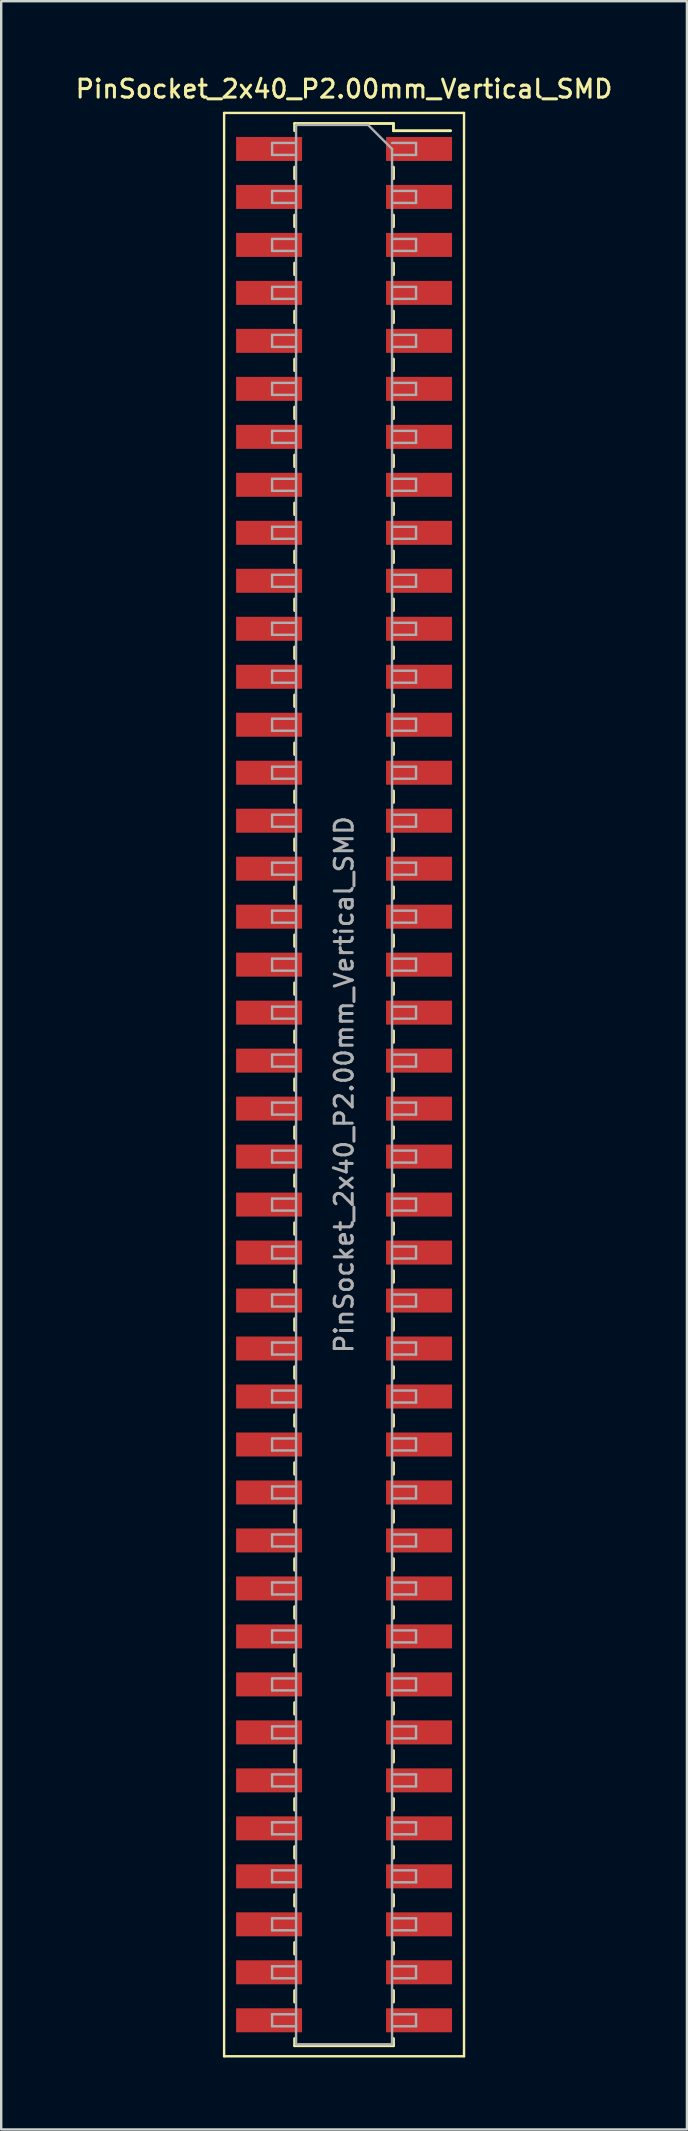
<source format=kicad_pcb>
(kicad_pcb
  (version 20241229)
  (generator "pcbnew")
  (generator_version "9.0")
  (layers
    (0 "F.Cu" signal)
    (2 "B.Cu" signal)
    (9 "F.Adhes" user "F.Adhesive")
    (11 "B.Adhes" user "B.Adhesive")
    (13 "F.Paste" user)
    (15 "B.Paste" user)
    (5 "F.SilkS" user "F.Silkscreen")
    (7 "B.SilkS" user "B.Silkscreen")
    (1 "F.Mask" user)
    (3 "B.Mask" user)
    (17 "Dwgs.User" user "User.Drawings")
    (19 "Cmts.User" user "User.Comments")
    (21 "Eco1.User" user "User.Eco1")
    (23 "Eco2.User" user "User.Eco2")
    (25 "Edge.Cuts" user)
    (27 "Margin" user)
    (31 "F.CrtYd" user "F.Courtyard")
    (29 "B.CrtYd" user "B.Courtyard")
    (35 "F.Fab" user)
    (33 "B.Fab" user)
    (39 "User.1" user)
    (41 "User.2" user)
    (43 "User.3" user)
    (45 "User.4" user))
  (footprint "PinSocket_2x40_P2.00mm_Vertical_SMD"
    (layer "F.Cu")
    (at 11.291 42.158)
    (property "Reference" "PinSocket_2x40_P2.00mm_Vertical_SMD" (at 0 -41.5 0) (layer "F.SilkS") (effects (font (size 0.75 0.75) (thickness 0.125))))
    (attr smd)
    (fp_line (start -5 -40.5) (end 5 -40.5) (stroke (width 0.1) (type solid)) (layer "F.SilkS"))
    (fp_line (start -5 40.5) (end -5 -40.5) (stroke (width 0.1) (type solid)) (layer "F.SilkS"))
    (fp_line (start -2.06 -40.06) (end -2.06 -39.76) (stroke (width 0.12) (type solid)) (layer "F.SilkS"))
    (fp_line (start -2.06 -40.06) (end 2.06 -40.06) (stroke (width 0.12) (type solid)) (layer "F.SilkS"))
    (fp_line (start -2.06 -38.24) (end -2.06 -37.76) (stroke (width 0.12) (type solid)) (layer "F.SilkS"))
    (fp_line (start -2.06 -36.24) (end -2.06 -35.76) (stroke (width 0.12) (type solid)) (layer "F.SilkS"))
    (fp_line (start -2.06 -34.24) (end -2.06 -33.76) (stroke (width 0.12) (type solid)) (layer "F.SilkS"))
    (fp_line (start -2.06 -32.24) (end -2.06 -31.76) (stroke (width 0.12) (type solid)) (layer "F.SilkS"))
    (fp_line (start -2.06 -30.24) (end -2.06 -29.76) (stroke (width 0.12) (type solid)) (layer "F.SilkS"))
    (fp_line (start -2.06 -28.24) (end -2.06 -27.76) (stroke (width 0.12) (type solid)) (layer "F.SilkS"))
    (fp_line (start -2.06 -26.24) (end -2.06 -25.76) (stroke (width 0.12) (type solid)) (layer "F.SilkS"))
    (fp_line (start -2.06 -24.24) (end -2.06 -23.76) (stroke (width 0.12) (type solid)) (layer "F.SilkS"))
    (fp_line (start -2.06 -22.24) (end -2.06 -21.76) (stroke (width 0.12) (type solid)) (layer "F.SilkS"))
    (fp_line (start -2.06 -20.24) (end -2.06 -19.76) (stroke (width 0.12) (type solid)) (layer "F.SilkS"))
    (fp_line (start -2.06 -18.24) (end -2.06 -17.76) (stroke (width 0.12) (type solid)) (layer "F.SilkS"))
    (fp_line (start -2.06 -16.24) (end -2.06 -15.76) (stroke (width 0.12) (type solid)) (layer "F.SilkS"))
    (fp_line (start -2.06 -14.24) (end -2.06 -13.76) (stroke (width 0.12) (type solid)) (layer "F.SilkS"))
    (fp_line (start -2.06 -12.24) (end -2.06 -11.76) (stroke (width 0.12) (type solid)) (layer "F.SilkS"))
    (fp_line (start -2.06 -10.24) (end -2.06 -9.76) (stroke (width 0.12) (type solid)) (layer "F.SilkS"))
    (fp_line (start -2.06 -8.24) (end -2.06 -7.76) (stroke (width 0.12) (type solid)) (layer "F.SilkS"))
    (fp_line (start -2.06 -6.24) (end -2.06 -5.76) (stroke (width 0.12) (type solid)) (layer "F.SilkS"))
    (fp_line (start -2.06 -4.24) (end -2.06 -3.76) (stroke (width 0.12) (type solid)) (layer "F.SilkS"))
    (fp_line (start -2.06 -2.24) (end -2.06 -1.76) (stroke (width 0.12) (type solid)) (layer "F.SilkS"))
    (fp_line (start -2.06 -0.24) (end -2.06 0.24) (stroke (width 0.12) (type solid)) (layer "F.SilkS"))
    (fp_line (start -2.06 1.76) (end -2.06 2.24) (stroke (width 0.12) (type solid)) (layer "F.SilkS"))
    (fp_line (start -2.06 3.76) (end -2.06 4.24) (stroke (width 0.12) (type solid)) (layer "F.SilkS"))
    (fp_line (start -2.06 5.76) (end -2.06 6.24) (stroke (width 0.12) (type solid)) (layer "F.SilkS"))
    (fp_line (start -2.06 7.76) (end -2.06 8.24) (stroke (width 0.12) (type solid)) (layer "F.SilkS"))
    (fp_line (start -2.06 9.76) (end -2.06 10.24) (stroke (width 0.12) (type solid)) (layer "F.SilkS"))
    (fp_line (start -2.06 11.76) (end -2.06 12.24) (stroke (width 0.12) (type solid)) (layer "F.SilkS"))
    (fp_line (start -2.06 13.76) (end -2.06 14.24) (stroke (width 0.12) (type solid)) (layer "F.SilkS"))
    (fp_line (start -2.06 15.76) (end -2.06 16.24) (stroke (width 0.12) (type solid)) (layer "F.SilkS"))
    (fp_line (start -2.06 17.76) (end -2.06 18.24) (stroke (width 0.12) (type solid)) (layer "F.SilkS"))
    (fp_line (start -2.06 19.76) (end -2.06 20.24) (stroke (width 0.12) (type solid)) (layer "F.SilkS"))
    (fp_line (start -2.06 21.76) (end -2.06 22.24) (stroke (width 0.12) (type solid)) (layer "F.SilkS"))
    (fp_line (start -2.06 23.76) (end -2.06 24.24) (stroke (width 0.12) (type solid)) (layer "F.SilkS"))
    (fp_line (start -2.06 25.76) (end -2.06 26.24) (stroke (width 0.12) (type solid)) (layer "F.SilkS"))
    (fp_line (start -2.06 27.76) (end -2.06 28.24) (stroke (width 0.12) (type solid)) (layer "F.SilkS"))
    (fp_line (start -2.06 29.76) (end -2.06 30.24) (stroke (width 0.12) (type solid)) (layer "F.SilkS"))
    (fp_line (start -2.06 31.76) (end -2.06 32.24) (stroke (width 0.12) (type solid)) (layer "F.SilkS"))
    (fp_line (start -2.06 33.76) (end -2.06 34.24) (stroke (width 0.12) (type solid)) (layer "F.SilkS"))
    (fp_line (start -2.06 35.76) (end -2.06 36.24) (stroke (width 0.12) (type solid)) (layer "F.SilkS"))
    (fp_line (start -2.06 37.76) (end -2.06 38.24) (stroke (width 0.12) (type solid)) (layer "F.SilkS"))
    (fp_line (start -2.06 39.76) (end -2.06 40.06) (stroke (width 0.12) (type solid)) (layer "F.SilkS"))
    (fp_line (start -2.06 40.06) (end 2.06 40.06) (stroke (width 0.12) (type solid)) (layer "F.SilkS"))
    (fp_line (start 2.06 -40.06) (end 2.06 -39.76) (stroke (width 0.12) (type solid)) (layer "F.SilkS"))
    (fp_line (start 2.06 -39.76) (end 4.44 -39.76) (stroke (width 0.12) (type solid)) (layer "F.SilkS"))
    (fp_line (start 2.06 -38.24) (end 2.06 -37.76) (stroke (width 0.12) (type solid)) (layer "F.SilkS"))
    (fp_line (start 2.06 -36.24) (end 2.06 -35.76) (stroke (width 0.12) (type solid)) (layer "F.SilkS"))
    (fp_line (start 2.06 -34.24) (end 2.06 -33.76) (stroke (width 0.12) (type solid)) (layer "F.SilkS"))
    (fp_line (start 2.06 -32.24) (end 2.06 -31.76) (stroke (width 0.12) (type solid)) (layer "F.SilkS"))
    (fp_line (start 2.06 -30.24) (end 2.06 -29.76) (stroke (width 0.12) (type solid)) (layer "F.SilkS"))
    (fp_line (start 2.06 -28.24) (end 2.06 -27.76) (stroke (width 0.12) (type solid)) (layer "F.SilkS"))
    (fp_line (start 2.06 -26.24) (end 2.06 -25.76) (stroke (width 0.12) (type solid)) (layer "F.SilkS"))
    (fp_line (start 2.06 -24.24) (end 2.06 -23.76) (stroke (width 0.12) (type solid)) (layer "F.SilkS"))
    (fp_line (start 2.06 -22.24) (end 2.06 -21.76) (stroke (width 0.12) (type solid)) (layer "F.SilkS"))
    (fp_line (start 2.06 -20.24) (end 2.06 -19.76) (stroke (width 0.12) (type solid)) (layer "F.SilkS"))
    (fp_line (start 2.06 -18.24) (end 2.06 -17.76) (stroke (width 0.12) (type solid)) (layer "F.SilkS"))
    (fp_line (start 2.06 -16.24) (end 2.06 -15.76) (stroke (width 0.12) (type solid)) (layer "F.SilkS"))
    (fp_line (start 2.06 -14.24) (end 2.06 -13.76) (stroke (width 0.12) (type solid)) (layer "F.SilkS"))
    (fp_line (start 2.06 -12.24) (end 2.06 -11.76) (stroke (width 0.12) (type solid)) (layer "F.SilkS"))
    (fp_line (start 2.06 -10.24) (end 2.06 -9.76) (stroke (width 0.12) (type solid)) (layer "F.SilkS"))
    (fp_line (start 2.06 -8.24) (end 2.06 -7.76) (stroke (width 0.12) (type solid)) (layer "F.SilkS"))
    (fp_line (start 2.06 -6.24) (end 2.06 -5.76) (stroke (width 0.12) (type solid)) (layer "F.SilkS"))
    (fp_line (start 2.06 -4.24) (end 2.06 -3.76) (stroke (width 0.12) (type solid)) (layer "F.SilkS"))
    (fp_line (start 2.06 -2.24) (end 2.06 -1.76) (stroke (width 0.12) (type solid)) (layer "F.SilkS"))
    (fp_line (start 2.06 -0.24) (end 2.06 0.24) (stroke (width 0.12) (type solid)) (layer "F.SilkS"))
    (fp_line (start 2.06 1.76) (end 2.06 2.24) (stroke (width 0.12) (type solid)) (layer "F.SilkS"))
    (fp_line (start 2.06 3.76) (end 2.06 4.24) (stroke (width 0.12) (type solid)) (layer "F.SilkS"))
    (fp_line (start 2.06 5.76) (end 2.06 6.24) (stroke (width 0.12) (type solid)) (layer "F.SilkS"))
    (fp_line (start 2.06 7.76) (end 2.06 8.24) (stroke (width 0.12) (type solid)) (layer "F.SilkS"))
    (fp_line (start 2.06 9.76) (end 2.06 10.24) (stroke (width 0.12) (type solid)) (layer "F.SilkS"))
    (fp_line (start 2.06 11.76) (end 2.06 12.24) (stroke (width 0.12) (type solid)) (layer "F.SilkS"))
    (fp_line (start 2.06 13.76) (end 2.06 14.24) (stroke (width 0.12) (type solid)) (layer "F.SilkS"))
    (fp_line (start 2.06 15.76) (end 2.06 16.24) (stroke (width 0.12) (type solid)) (layer "F.SilkS"))
    (fp_line (start 2.06 17.76) (end 2.06 18.24) (stroke (width 0.12) (type solid)) (layer "F.SilkS"))
    (fp_line (start 2.06 19.76) (end 2.06 20.24) (stroke (width 0.12) (type solid)) (layer "F.SilkS"))
    (fp_line (start 2.06 21.76) (end 2.06 22.24) (stroke (width 0.12) (type solid)) (layer "F.SilkS"))
    (fp_line (start 2.06 23.76) (end 2.06 24.24) (stroke (width 0.12) (type solid)) (layer "F.SilkS"))
    (fp_line (start 2.06 25.76) (end 2.06 26.24) (stroke (width 0.12) (type solid)) (layer "F.SilkS"))
    (fp_line (start 2.06 27.76) (end 2.06 28.24) (stroke (width 0.12) (type solid)) (layer "F.SilkS"))
    (fp_line (start 2.06 29.76) (end 2.06 30.24) (stroke (width 0.12) (type solid)) (layer "F.SilkS"))
    (fp_line (start 2.06 31.76) (end 2.06 32.24) (stroke (width 0.12) (type solid)) (layer "F.SilkS"))
    (fp_line (start 2.06 33.76) (end 2.06 34.24) (stroke (width 0.12) (type solid)) (layer "F.SilkS"))
    (fp_line (start 2.06 35.76) (end 2.06 36.24) (stroke (width 0.12) (type solid)) (layer "F.SilkS"))
    (fp_line (start 2.06 37.76) (end 2.06 38.24) (stroke (width 0.12) (type solid)) (layer "F.SilkS"))
    (fp_line (start 2.06 39.76) (end 2.06 40.06) (stroke (width 0.12) (type solid)) (layer "F.SilkS"))
    (fp_line (start 5 -40.5) (end 5 40.5) (stroke (width 0.1) (type solid)) (layer "F.SilkS"))
    (fp_line (start 5 40.5) (end -5 40.5) (stroke (width 0.1) (type solid)) (layer "F.SilkS"))
    (fp_line (start -3 -39.25) (end -2 -39.25) (stroke (width 0.1) (type solid)) (layer "F.Fab"))
    (fp_line (start -3 -38.75) (end -3 -39.25) (stroke (width 0.1) (type solid)) (layer "F.Fab"))
    (fp_line (start -3 -37.25) (end -2 -37.25) (stroke (width 0.1) (type solid)) (layer "F.Fab"))
    (fp_line (start -3 -36.75) (end -3 -37.25) (stroke (width 0.1) (type solid)) (layer "F.Fab"))
    (fp_line (start -3 -35.25) (end -2 -35.25) (stroke (width 0.1) (type solid)) (layer "F.Fab"))
    (fp_line (start -3 -34.75) (end -3 -35.25) (stroke (width 0.1) (type solid)) (layer "F.Fab"))
    (fp_line (start -3 -33.25) (end -2 -33.25) (stroke (width 0.1) (type solid)) (layer "F.Fab"))
    (fp_line (start -3 -32.75) (end -3 -33.25) (stroke (width 0.1) (type solid)) (layer "F.Fab"))
    (fp_line (start -3 -31.25) (end -2 -31.25) (stroke (width 0.1) (type solid)) (layer "F.Fab"))
    (fp_line (start -3 -30.75) (end -3 -31.25) (stroke (width 0.1) (type solid)) (layer "F.Fab"))
    (fp_line (start -3 -29.25) (end -2 -29.25) (stroke (width 0.1) (type solid)) (layer "F.Fab"))
    (fp_line (start -3 -28.75) (end -3 -29.25) (stroke (width 0.1) (type solid)) (layer "F.Fab"))
    (fp_line (start -3 -27.25) (end -2 -27.25) (stroke (width 0.1) (type solid)) (layer "F.Fab"))
    (fp_line (start -3 -26.75) (end -3 -27.25) (stroke (width 0.1) (type solid)) (layer "F.Fab"))
    (fp_line (start -3 -25.25) (end -2 -25.25) (stroke (width 0.1) (type solid)) (layer "F.Fab"))
    (fp_line (start -3 -24.75) (end -3 -25.25) (stroke (width 0.1) (type solid)) (layer "F.Fab"))
    (fp_line (start -3 -23.25) (end -2 -23.25) (stroke (width 0.1) (type solid)) (layer "F.Fab"))
    (fp_line (start -3 -22.75) (end -3 -23.25) (stroke (width 0.1) (type solid)) (layer "F.Fab"))
    (fp_line (start -3 -21.25) (end -2 -21.25) (stroke (width 0.1) (type solid)) (layer "F.Fab"))
    (fp_line (start -3 -20.75) (end -3 -21.25) (stroke (width 0.1) (type solid)) (layer "F.Fab"))
    (fp_line (start -3 -19.25) (end -2 -19.25) (stroke (width 0.1) (type solid)) (layer "F.Fab"))
    (fp_line (start -3 -18.75) (end -3 -19.25) (stroke (width 0.1) (type solid)) (layer "F.Fab"))
    (fp_line (start -3 -17.25) (end -2 -17.25) (stroke (width 0.1) (type solid)) (layer "F.Fab"))
    (fp_line (start -3 -16.75) (end -3 -17.25) (stroke (width 0.1) (type solid)) (layer "F.Fab"))
    (fp_line (start -3 -15.25) (end -2 -15.25) (stroke (width 0.1) (type solid)) (layer "F.Fab"))
    (fp_line (start -3 -14.75) (end -3 -15.25) (stroke (width 0.1) (type solid)) (layer "F.Fab"))
    (fp_line (start -3 -13.25) (end -2 -13.25) (stroke (width 0.1) (type solid)) (layer "F.Fab"))
    (fp_line (start -3 -12.75) (end -3 -13.25) (stroke (width 0.1) (type solid)) (layer "F.Fab"))
    (fp_line (start -3 -11.25) (end -2 -11.25) (stroke (width 0.1) (type solid)) (layer "F.Fab"))
    (fp_line (start -3 -10.75) (end -3 -11.25) (stroke (width 0.1) (type solid)) (layer "F.Fab"))
    (fp_line (start -3 -9.25) (end -2 -9.25) (stroke (width 0.1) (type solid)) (layer "F.Fab"))
    (fp_line (start -3 -8.75) (end -3 -9.25) (stroke (width 0.1) (type solid)) (layer "F.Fab"))
    (fp_line (start -3 -7.25) (end -2 -7.25) (stroke (width 0.1) (type solid)) (layer "F.Fab"))
    (fp_line (start -3 -6.75) (end -3 -7.25) (stroke (width 0.1) (type solid)) (layer "F.Fab"))
    (fp_line (start -3 -5.25) (end -2 -5.25) (stroke (width 0.1) (type solid)) (layer "F.Fab"))
    (fp_line (start -3 -4.75) (end -3 -5.25) (stroke (width 0.1) (type solid)) (layer "F.Fab"))
    (fp_line (start -3 -3.25) (end -2 -3.25) (stroke (width 0.1) (type solid)) (layer "F.Fab"))
    (fp_line (start -3 -2.75) (end -3 -3.25) (stroke (width 0.1) (type solid)) (layer "F.Fab"))
    (fp_line (start -3 -1.25) (end -2 -1.25) (stroke (width 0.1) (type solid)) (layer "F.Fab"))
    (fp_line (start -3 -0.75) (end -3 -1.25) (stroke (width 0.1) (type solid)) (layer "F.Fab"))
    (fp_line (start -3 0.75) (end -2 0.75) (stroke (width 0.1) (type solid)) (layer "F.Fab"))
    (fp_line (start -3 1.25) (end -3 0.75) (stroke (width 0.1) (type solid)) (layer "F.Fab"))
    (fp_line (start -3 2.75) (end -2 2.75) (stroke (width 0.1) (type solid)) (layer "F.Fab"))
    (fp_line (start -3 3.25) (end -3 2.75) (stroke (width 0.1) (type solid)) (layer "F.Fab"))
    (fp_line (start -3 4.75) (end -2 4.75) (stroke (width 0.1) (type solid)) (layer "F.Fab"))
    (fp_line (start -3 5.25) (end -3 4.75) (stroke (width 0.1) (type solid)) (layer "F.Fab"))
    (fp_line (start -3 6.75) (end -2 6.75) (stroke (width 0.1) (type solid)) (layer "F.Fab"))
    (fp_line (start -3 7.25) (end -3 6.75) (stroke (width 0.1) (type solid)) (layer "F.Fab"))
    (fp_line (start -3 8.75) (end -2 8.75) (stroke (width 0.1) (type solid)) (layer "F.Fab"))
    (fp_line (start -3 9.25) (end -3 8.75) (stroke (width 0.1) (type solid)) (layer "F.Fab"))
    (fp_line (start -3 10.75) (end -2 10.75) (stroke (width 0.1) (type solid)) (layer "F.Fab"))
    (fp_line (start -3 11.25) (end -3 10.75) (stroke (width 0.1) (type solid)) (layer "F.Fab"))
    (fp_line (start -3 12.75) (end -2 12.75) (stroke (width 0.1) (type solid)) (layer "F.Fab"))
    (fp_line (start -3 13.25) (end -3 12.75) (stroke (width 0.1) (type solid)) (layer "F.Fab"))
    (fp_line (start -3 14.75) (end -2 14.75) (stroke (width 0.1) (type solid)) (layer "F.Fab"))
    (fp_line (start -3 15.25) (end -3 14.75) (stroke (width 0.1) (type solid)) (layer "F.Fab"))
    (fp_line (start -3 16.75) (end -2 16.75) (stroke (width 0.1) (type solid)) (layer "F.Fab"))
    (fp_line (start -3 17.25) (end -3 16.75) (stroke (width 0.1) (type solid)) (layer "F.Fab"))
    (fp_line (start -3 18.75) (end -2 18.75) (stroke (width 0.1) (type solid)) (layer "F.Fab"))
    (fp_line (start -3 19.25) (end -3 18.75) (stroke (width 0.1) (type solid)) (layer "F.Fab"))
    (fp_line (start -3 20.75) (end -2 20.75) (stroke (width 0.1) (type solid)) (layer "F.Fab"))
    (fp_line (start -3 21.25) (end -3 20.75) (stroke (width 0.1) (type solid)) (layer "F.Fab"))
    (fp_line (start -3 22.75) (end -2 22.75) (stroke (width 0.1) (type solid)) (layer "F.Fab"))
    (fp_line (start -3 23.25) (end -3 22.75) (stroke (width 0.1) (type solid)) (layer "F.Fab"))
    (fp_line (start -3 24.75) (end -2 24.75) (stroke (width 0.1) (type solid)) (layer "F.Fab"))
    (fp_line (start -3 25.25) (end -3 24.75) (stroke (width 0.1) (type solid)) (layer "F.Fab"))
    (fp_line (start -3 26.75) (end -2 26.75) (stroke (width 0.1) (type solid)) (layer "F.Fab"))
    (fp_line (start -3 27.25) (end -3 26.75) (stroke (width 0.1) (type solid)) (layer "F.Fab"))
    (fp_line (start -3 28.75) (end -2 28.75) (stroke (width 0.1) (type solid)) (layer "F.Fab"))
    (fp_line (start -3 29.25) (end -3 28.75) (stroke (width 0.1) (type solid)) (layer "F.Fab"))
    (fp_line (start -3 30.75) (end -2 30.75) (stroke (width 0.1) (type solid)) (layer "F.Fab"))
    (fp_line (start -3 31.25) (end -3 30.75) (stroke (width 0.1) (type solid)) (layer "F.Fab"))
    (fp_line (start -3 32.75) (end -2 32.75) (stroke (width 0.1) (type solid)) (layer "F.Fab"))
    (fp_line (start -3 33.25) (end -3 32.75) (stroke (width 0.1) (type solid)) (layer "F.Fab"))
    (fp_line (start -3 34.75) (end -2 34.75) (stroke (width 0.1) (type solid)) (layer "F.Fab"))
    (fp_line (start -3 35.25) (end -3 34.75) (stroke (width 0.1) (type solid)) (layer "F.Fab"))
    (fp_line (start -3 36.75) (end -2 36.75) (stroke (width 0.1) (type solid)) (layer "F.Fab"))
    (fp_line (start -3 37.25) (end -3 36.75) (stroke (width 0.1) (type solid)) (layer "F.Fab"))
    (fp_line (start -3 38.75) (end -2 38.75) (stroke (width 0.1) (type solid)) (layer "F.Fab"))
    (fp_line (start -3 39.25) (end -3 38.75) (stroke (width 0.1) (type solid)) (layer "F.Fab"))
    (fp_line (start -2 -40) (end 1 -40) (stroke (width 0.1) (type solid)) (layer "F.Fab"))
    (fp_line (start -2 -38.75) (end -3 -38.75) (stroke (width 0.1) (type solid)) (layer "F.Fab"))
    (fp_line (start -2 -36.75) (end -3 -36.75) (stroke (width 0.1) (type solid)) (layer "F.Fab"))
    (fp_line (start -2 -34.75) (end -3 -34.75) (stroke (width 0.1) (type solid)) (layer "F.Fab"))
    (fp_line (start -2 -32.75) (end -3 -32.75) (stroke (width 0.1) (type solid)) (layer "F.Fab"))
    (fp_line (start -2 -30.75) (end -3 -30.75) (stroke (width 0.1) (type solid)) (layer "F.Fab"))
    (fp_line (start -2 -28.75) (end -3 -28.75) (stroke (width 0.1) (type solid)) (layer "F.Fab"))
    (fp_line (start -2 -26.75) (end -3 -26.75) (stroke (width 0.1) (type solid)) (layer "F.Fab"))
    (fp_line (start -2 -24.75) (end -3 -24.75) (stroke (width 0.1) (type solid)) (layer "F.Fab"))
    (fp_line (start -2 -22.75) (end -3 -22.75) (stroke (width 0.1) (type solid)) (layer "F.Fab"))
    (fp_line (start -2 -20.75) (end -3 -20.75) (stroke (width 0.1) (type solid)) (layer "F.Fab"))
    (fp_line (start -2 -18.75) (end -3 -18.75) (stroke (width 0.1) (type solid)) (layer "F.Fab"))
    (fp_line (start -2 -16.75) (end -3 -16.75) (stroke (width 0.1) (type solid)) (layer "F.Fab"))
    (fp_line (start -2 -14.75) (end -3 -14.75) (stroke (width 0.1) (type solid)) (layer "F.Fab"))
    (fp_line (start -2 -12.75) (end -3 -12.75) (stroke (width 0.1) (type solid)) (layer "F.Fab"))
    (fp_line (start -2 -10.75) (end -3 -10.75) (stroke (width 0.1) (type solid)) (layer "F.Fab"))
    (fp_line (start -2 -8.75) (end -3 -8.75) (stroke (width 0.1) (type solid)) (layer "F.Fab"))
    (fp_line (start -2 -6.75) (end -3 -6.75) (stroke (width 0.1) (type solid)) (layer "F.Fab"))
    (fp_line (start -2 -4.75) (end -3 -4.75) (stroke (width 0.1) (type solid)) (layer "F.Fab"))
    (fp_line (start -2 -2.75) (end -3 -2.75) (stroke (width 0.1) (type solid)) (layer "F.Fab"))
    (fp_line (start -2 -0.75) (end -3 -0.75) (stroke (width 0.1) (type solid)) (layer "F.Fab"))
    (fp_line (start -2 1.25) (end -3 1.25) (stroke (width 0.1) (type solid)) (layer "F.Fab"))
    (fp_line (start -2 3.25) (end -3 3.25) (stroke (width 0.1) (type solid)) (layer "F.Fab"))
    (fp_line (start -2 5.25) (end -3 5.25) (stroke (width 0.1) (type solid)) (layer "F.Fab"))
    (fp_line (start -2 7.25) (end -3 7.25) (stroke (width 0.1) (type solid)) (layer "F.Fab"))
    (fp_line (start -2 9.25) (end -3 9.25) (stroke (width 0.1) (type solid)) (layer "F.Fab"))
    (fp_line (start -2 11.25) (end -3 11.25) (stroke (width 0.1) (type solid)) (layer "F.Fab"))
    (fp_line (start -2 13.25) (end -3 13.25) (stroke (width 0.1) (type solid)) (layer "F.Fab"))
    (fp_line (start -2 15.25) (end -3 15.25) (stroke (width 0.1) (type solid)) (layer "F.Fab"))
    (fp_line (start -2 17.25) (end -3 17.25) (stroke (width 0.1) (type solid)) (layer "F.Fab"))
    (fp_line (start -2 19.25) (end -3 19.25) (stroke (width 0.1) (type solid)) (layer "F.Fab"))
    (fp_line (start -2 21.25) (end -3 21.25) (stroke (width 0.1) (type solid)) (layer "F.Fab"))
    (fp_line (start -2 23.25) (end -3 23.25) (stroke (width 0.1) (type solid)) (layer "F.Fab"))
    (fp_line (start -2 25.25) (end -3 25.25) (stroke (width 0.1) (type solid)) (layer "F.Fab"))
    (fp_line (start -2 27.25) (end -3 27.25) (stroke (width 0.1) (type solid)) (layer "F.Fab"))
    (fp_line (start -2 29.25) (end -3 29.25) (stroke (width 0.1) (type solid)) (layer "F.Fab"))
    (fp_line (start -2 31.25) (end -3 31.25) (stroke (width 0.1) (type solid)) (layer "F.Fab"))
    (fp_line (start -2 33.25) (end -3 33.25) (stroke (width 0.1) (type solid)) (layer "F.Fab"))
    (fp_line (start -2 35.25) (end -3 35.25) (stroke (width 0.1) (type solid)) (layer "F.Fab"))
    (fp_line (start -2 37.25) (end -3 37.25) (stroke (width 0.1) (type solid)) (layer "F.Fab"))
    (fp_line (start -2 39.25) (end -3 39.25) (stroke (width 0.1) (type solid)) (layer "F.Fab"))
    (fp_line (start -2 40) (end -2 -40) (stroke (width 0.1) (type solid)) (layer "F.Fab"))
    (fp_line (start 1 -40) (end 2 -39) (stroke (width 0.1) (type solid)) (layer "F.Fab"))
    (fp_line (start 2 -39.25) (end 3 -39.25) (stroke (width 0.1) (type solid)) (layer "F.Fab"))
    (fp_line (start 2 -39) (end 2 40) (stroke (width 0.1) (type solid)) (layer "F.Fab"))
    (fp_line (start 2 -37.25) (end 3 -37.25) (stroke (width 0.1) (type solid)) (layer "F.Fab"))
    (fp_line (start 2 -35.25) (end 3 -35.25) (stroke (width 0.1) (type solid)) (layer "F.Fab"))
    (fp_line (start 2 -33.25) (end 3 -33.25) (stroke (width 0.1) (type solid)) (layer "F.Fab"))
    (fp_line (start 2 -31.25) (end 3 -31.25) (stroke (width 0.1) (type solid)) (layer "F.Fab"))
    (fp_line (start 2 -29.25) (end 3 -29.25) (stroke (width 0.1) (type solid)) (layer "F.Fab"))
    (fp_line (start 2 -27.25) (end 3 -27.25) (stroke (width 0.1) (type solid)) (layer "F.Fab"))
    (fp_line (start 2 -25.25) (end 3 -25.25) (stroke (width 0.1) (type solid)) (layer "F.Fab"))
    (fp_line (start 2 -23.25) (end 3 -23.25) (stroke (width 0.1) (type solid)) (layer "F.Fab"))
    (fp_line (start 2 -21.25) (end 3 -21.25) (stroke (width 0.1) (type solid)) (layer "F.Fab"))
    (fp_line (start 2 -19.25) (end 3 -19.25) (stroke (width 0.1) (type solid)) (layer "F.Fab"))
    (fp_line (start 2 -17.25) (end 3 -17.25) (stroke (width 0.1) (type solid)) (layer "F.Fab"))
    (fp_line (start 2 -15.25) (end 3 -15.25) (stroke (width 0.1) (type solid)) (layer "F.Fab"))
    (fp_line (start 2 -13.25) (end 3 -13.25) (stroke (width 0.1) (type solid)) (layer "F.Fab"))
    (fp_line (start 2 -11.25) (end 3 -11.25) (stroke (width 0.1) (type solid)) (layer "F.Fab"))
    (fp_line (start 2 -9.25) (end 3 -9.25) (stroke (width 0.1) (type solid)) (layer "F.Fab"))
    (fp_line (start 2 -7.25) (end 3 -7.25) (stroke (width 0.1) (type solid)) (layer "F.Fab"))
    (fp_line (start 2 -5.25) (end 3 -5.25) (stroke (width 0.1) (type solid)) (layer "F.Fab"))
    (fp_line (start 2 -3.25) (end 3 -3.25) (stroke (width 0.1) (type solid)) (layer "F.Fab"))
    (fp_line (start 2 -1.25) (end 3 -1.25) (stroke (width 0.1) (type solid)) (layer "F.Fab"))
    (fp_line (start 2 0.75) (end 3 0.75) (stroke (width 0.1) (type solid)) (layer "F.Fab"))
    (fp_line (start 2 2.75) (end 3 2.75) (stroke (width 0.1) (type solid)) (layer "F.Fab"))
    (fp_line (start 2 4.75) (end 3 4.75) (stroke (width 0.1) (type solid)) (layer "F.Fab"))
    (fp_line (start 2 6.75) (end 3 6.75) (stroke (width 0.1) (type solid)) (layer "F.Fab"))
    (fp_line (start 2 8.75) (end 3 8.75) (stroke (width 0.1) (type solid)) (layer "F.Fab"))
    (fp_line (start 2 10.75) (end 3 10.75) (stroke (width 0.1) (type solid)) (layer "F.Fab"))
    (fp_line (start 2 12.75) (end 3 12.75) (stroke (width 0.1) (type solid)) (layer "F.Fab"))
    (fp_line (start 2 14.75) (end 3 14.75) (stroke (width 0.1) (type solid)) (layer "F.Fab"))
    (fp_line (start 2 16.75) (end 3 16.75) (stroke (width 0.1) (type solid)) (layer "F.Fab"))
    (fp_line (start 2 18.75) (end 3 18.75) (stroke (width 0.1) (type solid)) (layer "F.Fab"))
    (fp_line (start 2 20.75) (end 3 20.75) (stroke (width 0.1) (type solid)) (layer "F.Fab"))
    (fp_line (start 2 22.75) (end 3 22.75) (stroke (width 0.1) (type solid)) (layer "F.Fab"))
    (fp_line (start 2 24.75) (end 3 24.75) (stroke (width 0.1) (type solid)) (layer "F.Fab"))
    (fp_line (start 2 26.75) (end 3 26.75) (stroke (width 0.1) (type solid)) (layer "F.Fab"))
    (fp_line (start 2 28.75) (end 3 28.75) (stroke (width 0.1) (type solid)) (layer "F.Fab"))
    (fp_line (start 2 30.75) (end 3 30.75) (stroke (width 0.1) (type solid)) (layer "F.Fab"))
    (fp_line (start 2 32.75) (end 3 32.75) (stroke (width 0.1) (type solid)) (layer "F.Fab"))
    (fp_line (start 2 34.75) (end 3 34.75) (stroke (width 0.1) (type solid)) (layer "F.Fab"))
    (fp_line (start 2 36.75) (end 3 36.75) (stroke (width 0.1) (type solid)) (layer "F.Fab"))
    (fp_line (start 2 38.75) (end 3 38.75) (stroke (width 0.1) (type solid)) (layer "F.Fab"))
    (fp_line (start 2 40) (end -2 40) (stroke (width 0.1) (type solid)) (layer "F.Fab"))
    (fp_line (start 3 -39.25) (end 3 -38.75) (stroke (width 0.1) (type solid)) (layer "F.Fab"))
    (fp_line (start 3 -38.75) (end 2 -38.75) (stroke (width 0.1) (type solid)) (layer "F.Fab"))
    (fp_line (start 3 -37.25) (end 3 -36.75) (stroke (width 0.1) (type solid)) (layer "F.Fab"))
    (fp_line (start 3 -36.75) (end 2 -36.75) (stroke (width 0.1) (type solid)) (layer "F.Fab"))
    (fp_line (start 3 -35.25) (end 3 -34.75) (stroke (width 0.1) (type solid)) (layer "F.Fab"))
    (fp_line (start 3 -34.75) (end 2 -34.75) (stroke (width 0.1) (type solid)) (layer "F.Fab"))
    (fp_line (start 3 -33.25) (end 3 -32.75) (stroke (width 0.1) (type solid)) (layer "F.Fab"))
    (fp_line (start 3 -32.75) (end 2 -32.75) (stroke (width 0.1) (type solid)) (layer "F.Fab"))
    (fp_line (start 3 -31.25) (end 3 -30.75) (stroke (width 0.1) (type solid)) (layer "F.Fab"))
    (fp_line (start 3 -30.75) (end 2 -30.75) (stroke (width 0.1) (type solid)) (layer "F.Fab"))
    (fp_line (start 3 -29.25) (end 3 -28.75) (stroke (width 0.1) (type solid)) (layer "F.Fab"))
    (fp_line (start 3 -28.75) (end 2 -28.75) (stroke (width 0.1) (type solid)) (layer "F.Fab"))
    (fp_line (start 3 -27.25) (end 3 -26.75) (stroke (width 0.1) (type solid)) (layer "F.Fab"))
    (fp_line (start 3 -26.75) (end 2 -26.75) (stroke (width 0.1) (type solid)) (layer "F.Fab"))
    (fp_line (start 3 -25.25) (end 3 -24.75) (stroke (width 0.1) (type solid)) (layer "F.Fab"))
    (fp_line (start 3 -24.75) (end 2 -24.75) (stroke (width 0.1) (type solid)) (layer "F.Fab"))
    (fp_line (start 3 -23.25) (end 3 -22.75) (stroke (width 0.1) (type solid)) (layer "F.Fab"))
    (fp_line (start 3 -22.75) (end 2 -22.75) (stroke (width 0.1) (type solid)) (layer "F.Fab"))
    (fp_line (start 3 -21.25) (end 3 -20.75) (stroke (width 0.1) (type solid)) (layer "F.Fab"))
    (fp_line (start 3 -20.75) (end 2 -20.75) (stroke (width 0.1) (type solid)) (layer "F.Fab"))
    (fp_line (start 3 -19.25) (end 3 -18.75) (stroke (width 0.1) (type solid)) (layer "F.Fab"))
    (fp_line (start 3 -18.75) (end 2 -18.75) (stroke (width 0.1) (type solid)) (layer "F.Fab"))
    (fp_line (start 3 -17.25) (end 3 -16.75) (stroke (width 0.1) (type solid)) (layer "F.Fab"))
    (fp_line (start 3 -16.75) (end 2 -16.75) (stroke (width 0.1) (type solid)) (layer "F.Fab"))
    (fp_line (start 3 -15.25) (end 3 -14.75) (stroke (width 0.1) (type solid)) (layer "F.Fab"))
    (fp_line (start 3 -14.75) (end 2 -14.75) (stroke (width 0.1) (type solid)) (layer "F.Fab"))
    (fp_line (start 3 -13.25) (end 3 -12.75) (stroke (width 0.1) (type solid)) (layer "F.Fab"))
    (fp_line (start 3 -12.75) (end 2 -12.75) (stroke (width 0.1) (type solid)) (layer "F.Fab"))
    (fp_line (start 3 -11.25) (end 3 -10.75) (stroke (width 0.1) (type solid)) (layer "F.Fab"))
    (fp_line (start 3 -10.75) (end 2 -10.75) (stroke (width 0.1) (type solid)) (layer "F.Fab"))
    (fp_line (start 3 -9.25) (end 3 -8.75) (stroke (width 0.1) (type solid)) (layer "F.Fab"))
    (fp_line (start 3 -8.75) (end 2 -8.75) (stroke (width 0.1) (type solid)) (layer "F.Fab"))
    (fp_line (start 3 -7.25) (end 3 -6.75) (stroke (width 0.1) (type solid)) (layer "F.Fab"))
    (fp_line (start 3 -6.75) (end 2 -6.75) (stroke (width 0.1) (type solid)) (layer "F.Fab"))
    (fp_line (start 3 -5.25) (end 3 -4.75) (stroke (width 0.1) (type solid)) (layer "F.Fab"))
    (fp_line (start 3 -4.75) (end 2 -4.75) (stroke (width 0.1) (type solid)) (layer "F.Fab"))
    (fp_line (start 3 -3.25) (end 3 -2.75) (stroke (width 0.1) (type solid)) (layer "F.Fab"))
    (fp_line (start 3 -2.75) (end 2 -2.75) (stroke (width 0.1) (type solid)) (layer "F.Fab"))
    (fp_line (start 3 -1.25) (end 3 -0.75) (stroke (width 0.1) (type solid)) (layer "F.Fab"))
    (fp_line (start 3 -0.75) (end 2 -0.75) (stroke (width 0.1) (type solid)) (layer "F.Fab"))
    (fp_line (start 3 0.75) (end 3 1.25) (stroke (width 0.1) (type solid)) (layer "F.Fab"))
    (fp_line (start 3 1.25) (end 2 1.25) (stroke (width 0.1) (type solid)) (layer "F.Fab"))
    (fp_line (start 3 2.75) (end 3 3.25) (stroke (width 0.1) (type solid)) (layer "F.Fab"))
    (fp_line (start 3 3.25) (end 2 3.25) (stroke (width 0.1) (type solid)) (layer "F.Fab"))
    (fp_line (start 3 4.75) (end 3 5.25) (stroke (width 0.1) (type solid)) (layer "F.Fab"))
    (fp_line (start 3 5.25) (end 2 5.25) (stroke (width 0.1) (type solid)) (layer "F.Fab"))
    (fp_line (start 3 6.75) (end 3 7.25) (stroke (width 0.1) (type solid)) (layer "F.Fab"))
    (fp_line (start 3 7.25) (end 2 7.25) (stroke (width 0.1) (type solid)) (layer "F.Fab"))
    (fp_line (start 3 8.75) (end 3 9.25) (stroke (width 0.1) (type solid)) (layer "F.Fab"))
    (fp_line (start 3 9.25) (end 2 9.25) (stroke (width 0.1) (type solid)) (layer "F.Fab"))
    (fp_line (start 3 10.75) (end 3 11.25) (stroke (width 0.1) (type solid)) (layer "F.Fab"))
    (fp_line (start 3 11.25) (end 2 11.25) (stroke (width 0.1) (type solid)) (layer "F.Fab"))
    (fp_line (start 3 12.75) (end 3 13.25) (stroke (width 0.1) (type solid)) (layer "F.Fab"))
    (fp_line (start 3 13.25) (end 2 13.25) (stroke (width 0.1) (type solid)) (layer "F.Fab"))
    (fp_line (start 3 14.75) (end 3 15.25) (stroke (width 0.1) (type solid)) (layer "F.Fab"))
    (fp_line (start 3 15.25) (end 2 15.25) (stroke (width 0.1) (type solid)) (layer "F.Fab"))
    (fp_line (start 3 16.75) (end 3 17.25) (stroke (width 0.1) (type solid)) (layer "F.Fab"))
    (fp_line (start 3 17.25) (end 2 17.25) (stroke (width 0.1) (type solid)) (layer "F.Fab"))
    (fp_line (start 3 18.75) (end 3 19.25) (stroke (width 0.1) (type solid)) (layer "F.Fab"))
    (fp_line (start 3 19.25) (end 2 19.25) (stroke (width 0.1) (type solid)) (layer "F.Fab"))
    (fp_line (start 3 20.75) (end 3 21.25) (stroke (width 0.1) (type solid)) (layer "F.Fab"))
    (fp_line (start 3 21.25) (end 2 21.25) (stroke (width 0.1) (type solid)) (layer "F.Fab"))
    (fp_line (start 3 22.75) (end 3 23.25) (stroke (width 0.1) (type solid)) (layer "F.Fab"))
    (fp_line (start 3 23.25) (end 2 23.25) (stroke (width 0.1) (type solid)) (layer "F.Fab"))
    (fp_line (start 3 24.75) (end 3 25.25) (stroke (width 0.1) (type solid)) (layer "F.Fab"))
    (fp_line (start 3 25.25) (end 2 25.25) (stroke (width 0.1) (type solid)) (layer "F.Fab"))
    (fp_line (start 3 26.75) (end 3 27.25) (stroke (width 0.1) (type solid)) (layer "F.Fab"))
    (fp_line (start 3 27.25) (end 2 27.25) (stroke (width 0.1) (type solid)) (layer "F.Fab"))
    (fp_line (start 3 28.75) (end 3 29.25) (stroke (width 0.1) (type solid)) (layer "F.Fab"))
    (fp_line (start 3 29.25) (end 2 29.25) (stroke (width 0.1) (type solid)) (layer "F.Fab"))
    (fp_line (start 3 30.75) (end 3 31.25) (stroke (width 0.1) (type solid)) (layer "F.Fab"))
    (fp_line (start 3 31.25) (end 2 31.25) (stroke (width 0.1) (type solid)) (layer "F.Fab"))
    (fp_line (start 3 32.75) (end 3 33.25) (stroke (width 0.1) (type solid)) (layer "F.Fab"))
    (fp_line (start 3 33.25) (end 2 33.25) (stroke (width 0.1) (type solid)) (layer "F.Fab"))
    (fp_line (start 3 34.75) (end 3 35.25) (stroke (width 0.1) (type solid)) (layer "F.Fab"))
    (fp_line (start 3 35.25) (end 2 35.25) (stroke (width 0.1) (type solid)) (layer "F.Fab"))
    (fp_line (start 3 36.75) (end 3 37.25) (stroke (width 0.1) (type solid)) (layer "F.Fab"))
    (fp_line (start 3 37.25) (end 2 37.25) (stroke (width 0.1) (type solid)) (layer "F.Fab"))
    (fp_line (start 3 38.75) (end 3 39.25) (stroke (width 0.1) (type solid)) (layer "F.Fab"))
    (fp_line (start 3 39.25) (end 2 39.25) (stroke (width 0.1) (type solid)) (layer "F.Fab"))
    (fp_text user "${REFERENCE}" (at 0 0 90) (layer "F.Fab") (effects (font (size 0.75 0.75) (thickness 0.125))))
    (pad "1" smd rect (at 3.125 -39) (size 2.75 1) (layers "F.Cu" "F.Mask" "F.Paste"))
    (pad "2" smd rect (at -3.125 -39) (size 2.75 1) (layers "F.Cu" "F.Mask" "F.Paste"))
    (pad "3" smd rect (at 3.125 -37) (size 2.75 1) (layers "F.Cu" "F.Mask" "F.Paste"))
    (pad "4" smd rect (at -3.125 -37) (size 2.75 1) (layers "F.Cu" "F.Mask" "F.Paste"))
    (pad "5" smd rect (at 3.125 -35) (size 2.75 1) (layers "F.Cu" "F.Mask" "F.Paste"))
    (pad "6" smd rect (at -3.125 -35) (size 2.75 1) (layers "F.Cu" "F.Mask" "F.Paste"))
    (pad "7" smd rect (at 3.125 -33) (size 2.75 1) (layers "F.Cu" "F.Mask" "F.Paste"))
    (pad "8" smd rect (at -3.125 -33) (size 2.75 1) (layers "F.Cu" "F.Mask" "F.Paste"))
    (pad "9" smd rect (at 3.125 -31) (size 2.75 1) (layers "F.Cu" "F.Mask" "F.Paste"))
    (pad "10" smd rect (at -3.125 -31) (size 2.75 1) (layers "F.Cu" "F.Mask" "F.Paste"))
    (pad "11" smd rect (at 3.125 -29) (size 2.75 1) (layers "F.Cu" "F.Mask" "F.Paste"))
    (pad "12" smd rect (at -3.125 -29) (size 2.75 1) (layers "F.Cu" "F.Mask" "F.Paste"))
    (pad "13" smd rect (at 3.125 -27) (size 2.75 1) (layers "F.Cu" "F.Mask" "F.Paste"))
    (pad "14" smd rect (at -3.125 -27) (size 2.75 1) (layers "F.Cu" "F.Mask" "F.Paste"))
    (pad "15" smd rect (at 3.125 -25) (size 2.75 1) (layers "F.Cu" "F.Mask" "F.Paste"))
    (pad "16" smd rect (at -3.125 -25) (size 2.75 1) (layers "F.Cu" "F.Mask" "F.Paste"))
    (pad "17" smd rect (at 3.125 -23) (size 2.75 1) (layers "F.Cu" "F.Mask" "F.Paste"))
    (pad "18" smd rect (at -3.125 -23) (size 2.75 1) (layers "F.Cu" "F.Mask" "F.Paste"))
    (pad "19" smd rect (at 3.125 -21) (size 2.75 1) (layers "F.Cu" "F.Mask" "F.Paste"))
    (pad "20" smd rect (at -3.125 -21) (size 2.75 1) (layers "F.Cu" "F.Mask" "F.Paste"))
    (pad "21" smd rect (at 3.125 -19) (size 2.75 1) (layers "F.Cu" "F.Mask" "F.Paste"))
    (pad "22" smd rect (at -3.125 -19) (size 2.75 1) (layers "F.Cu" "F.Mask" "F.Paste"))
    (pad "23" smd rect (at 3.125 -17) (size 2.75 1) (layers "F.Cu" "F.Mask" "F.Paste"))
    (pad "24" smd rect (at -3.125 -17) (size 2.75 1) (layers "F.Cu" "F.Mask" "F.Paste"))
    (pad "25" smd rect (at 3.125 -15) (size 2.75 1) (layers "F.Cu" "F.Mask" "F.Paste"))
    (pad "26" smd rect (at -3.125 -15) (size 2.75 1) (layers "F.Cu" "F.Mask" "F.Paste"))
    (pad "27" smd rect (at 3.125 -13) (size 2.75 1) (layers "F.Cu" "F.Mask" "F.Paste"))
    (pad "28" smd rect (at -3.125 -13) (size 2.75 1) (layers "F.Cu" "F.Mask" "F.Paste"))
    (pad "29" smd rect (at 3.125 -11) (size 2.75 1) (layers "F.Cu" "F.Mask" "F.Paste"))
    (pad "30" smd rect (at -3.125 -11) (size 2.75 1) (layers "F.Cu" "F.Mask" "F.Paste"))
    (pad "31" smd rect (at 3.125 -9) (size 2.75 1) (layers "F.Cu" "F.Mask" "F.Paste"))
    (pad "32" smd rect (at -3.125 -9) (size 2.75 1) (layers "F.Cu" "F.Mask" "F.Paste"))
    (pad "33" smd rect (at 3.125 -7) (size 2.75 1) (layers "F.Cu" "F.Mask" "F.Paste"))
    (pad "34" smd rect (at -3.125 -7) (size 2.75 1) (layers "F.Cu" "F.Mask" "F.Paste"))
    (pad "35" smd rect (at 3.125 -5) (size 2.75 1) (layers "F.Cu" "F.Mask" "F.Paste"))
    (pad "36" smd rect (at -3.125 -5) (size 2.75 1) (layers "F.Cu" "F.Mask" "F.Paste"))
    (pad "37" smd rect (at 3.125 -3) (size 2.75 1) (layers "F.Cu" "F.Mask" "F.Paste"))
    (pad "38" smd rect (at -3.125 -3) (size 2.75 1) (layers "F.Cu" "F.Mask" "F.Paste"))
    (pad "39" smd rect (at 3.125 -1) (size 2.75 1) (layers "F.Cu" "F.Mask" "F.Paste"))
    (pad "40" smd rect (at -3.125 -1) (size 2.75 1) (layers "F.Cu" "F.Mask" "F.Paste"))
    (pad "41" smd rect (at 3.125 1) (size 2.75 1) (layers "F.Cu" "F.Mask" "F.Paste"))
    (pad "42" smd rect (at -3.125 1) (size 2.75 1) (layers "F.Cu" "F.Mask" "F.Paste"))
    (pad "43" smd rect (at 3.125 3) (size 2.75 1) (layers "F.Cu" "F.Mask" "F.Paste"))
    (pad "44" smd rect (at -3.125 3) (size 2.75 1) (layers "F.Cu" "F.Mask" "F.Paste"))
    (pad "45" smd rect (at 3.125 5) (size 2.75 1) (layers "F.Cu" "F.Mask" "F.Paste"))
    (pad "46" smd rect (at -3.125 5) (size 2.75 1) (layers "F.Cu" "F.Mask" "F.Paste"))
    (pad "47" smd rect (at 3.125 7) (size 2.75 1) (layers "F.Cu" "F.Mask" "F.Paste"))
    (pad "48" smd rect (at -3.125 7) (size 2.75 1) (layers "F.Cu" "F.Mask" "F.Paste"))
    (pad "49" smd rect (at 3.125 9) (size 2.75 1) (layers "F.Cu" "F.Mask" "F.Paste"))
    (pad "50" smd rect (at -3.125 9) (size 2.75 1) (layers "F.Cu" "F.Mask" "F.Paste"))
    (pad "51" smd rect (at 3.125 11) (size 2.75 1) (layers "F.Cu" "F.Mask" "F.Paste"))
    (pad "52" smd rect (at -3.125 11) (size 2.75 1) (layers "F.Cu" "F.Mask" "F.Paste"))
    (pad "53" smd rect (at 3.125 13) (size 2.75 1) (layers "F.Cu" "F.Mask" "F.Paste"))
    (pad "54" smd rect (at -3.125 13) (size 2.75 1) (layers "F.Cu" "F.Mask" "F.Paste"))
    (pad "55" smd rect (at 3.125 15) (size 2.75 1) (layers "F.Cu" "F.Mask" "F.Paste"))
    (pad "56" smd rect (at -3.125 15) (size 2.75 1) (layers "F.Cu" "F.Mask" "F.Paste"))
    (pad "57" smd rect (at 3.125 17) (size 2.75 1) (layers "F.Cu" "F.Mask" "F.Paste"))
    (pad "58" smd rect (at -3.125 17) (size 2.75 1) (layers "F.Cu" "F.Mask" "F.Paste"))
    (pad "59" smd rect (at 3.125 19) (size 2.75 1) (layers "F.Cu" "F.Mask" "F.Paste"))
    (pad "60" smd rect (at -3.125 19) (size 2.75 1) (layers "F.Cu" "F.Mask" "F.Paste"))
    (pad "61" smd rect (at 3.125 21) (size 2.75 1) (layers "F.Cu" "F.Mask" "F.Paste"))
    (pad "62" smd rect (at -3.125 21) (size 2.75 1) (layers "F.Cu" "F.Mask" "F.Paste"))
    (pad "63" smd rect (at 3.125 23) (size 2.75 1) (layers "F.Cu" "F.Mask" "F.Paste"))
    (pad "64" smd rect (at -3.125 23) (size 2.75 1) (layers "F.Cu" "F.Mask" "F.Paste"))
    (pad "65" smd rect (at 3.125 25) (size 2.75 1) (layers "F.Cu" "F.Mask" "F.Paste"))
    (pad "66" smd rect (at -3.125 25) (size 2.75 1) (layers "F.Cu" "F.Mask" "F.Paste"))
    (pad "67" smd rect (at 3.125 27) (size 2.75 1) (layers "F.Cu" "F.Mask" "F.Paste"))
    (pad "68" smd rect (at -3.125 27) (size 2.75 1) (layers "F.Cu" "F.Mask" "F.Paste"))
    (pad "69" smd rect (at 3.125 29) (size 2.75 1) (layers "F.Cu" "F.Mask" "F.Paste"))
    (pad "70" smd rect (at -3.125 29) (size 2.75 1) (layers "F.Cu" "F.Mask" "F.Paste"))
    (pad "71" smd rect (at 3.125 31) (size 2.75 1) (layers "F.Cu" "F.Mask" "F.Paste"))
    (pad "72" smd rect (at -3.125 31) (size 2.75 1) (layers "F.Cu" "F.Mask" "F.Paste"))
    (pad "73" smd rect (at 3.125 33) (size 2.75 1) (layers "F.Cu" "F.Mask" "F.Paste"))
    (pad "74" smd rect (at -3.125 33) (size 2.75 1) (layers "F.Cu" "F.Mask" "F.Paste"))
    (pad "75" smd rect (at 3.125 35) (size 2.75 1) (layers "F.Cu" "F.Mask" "F.Paste"))
    (pad "76" smd rect (at -3.125 35) (size 2.75 1) (layers "F.Cu" "F.Mask" "F.Paste"))
    (pad "77" smd rect (at 3.125 37) (size 2.75 1) (layers "F.Cu" "F.Mask" "F.Paste"))
    (pad "78" smd rect (at -3.125 37) (size 2.75 1) (layers "F.Cu" "F.Mask" "F.Paste"))
    (pad "79" smd rect (at 3.125 39) (size 2.75 1) (layers "F.Cu" "F.Mask" "F.Paste"))
    (pad "80" smd rect (at -3.125 39) (size 2.75 1) (layers "F.Cu" "F.Mask" "F.Paste")))
  (gr_rect
    (start -3 -3)
    (end 25.582 85.708)
    (stroke (width 0.1) (type default))
    (fill no)
    (layer "Edge.Cuts")))
</source>
